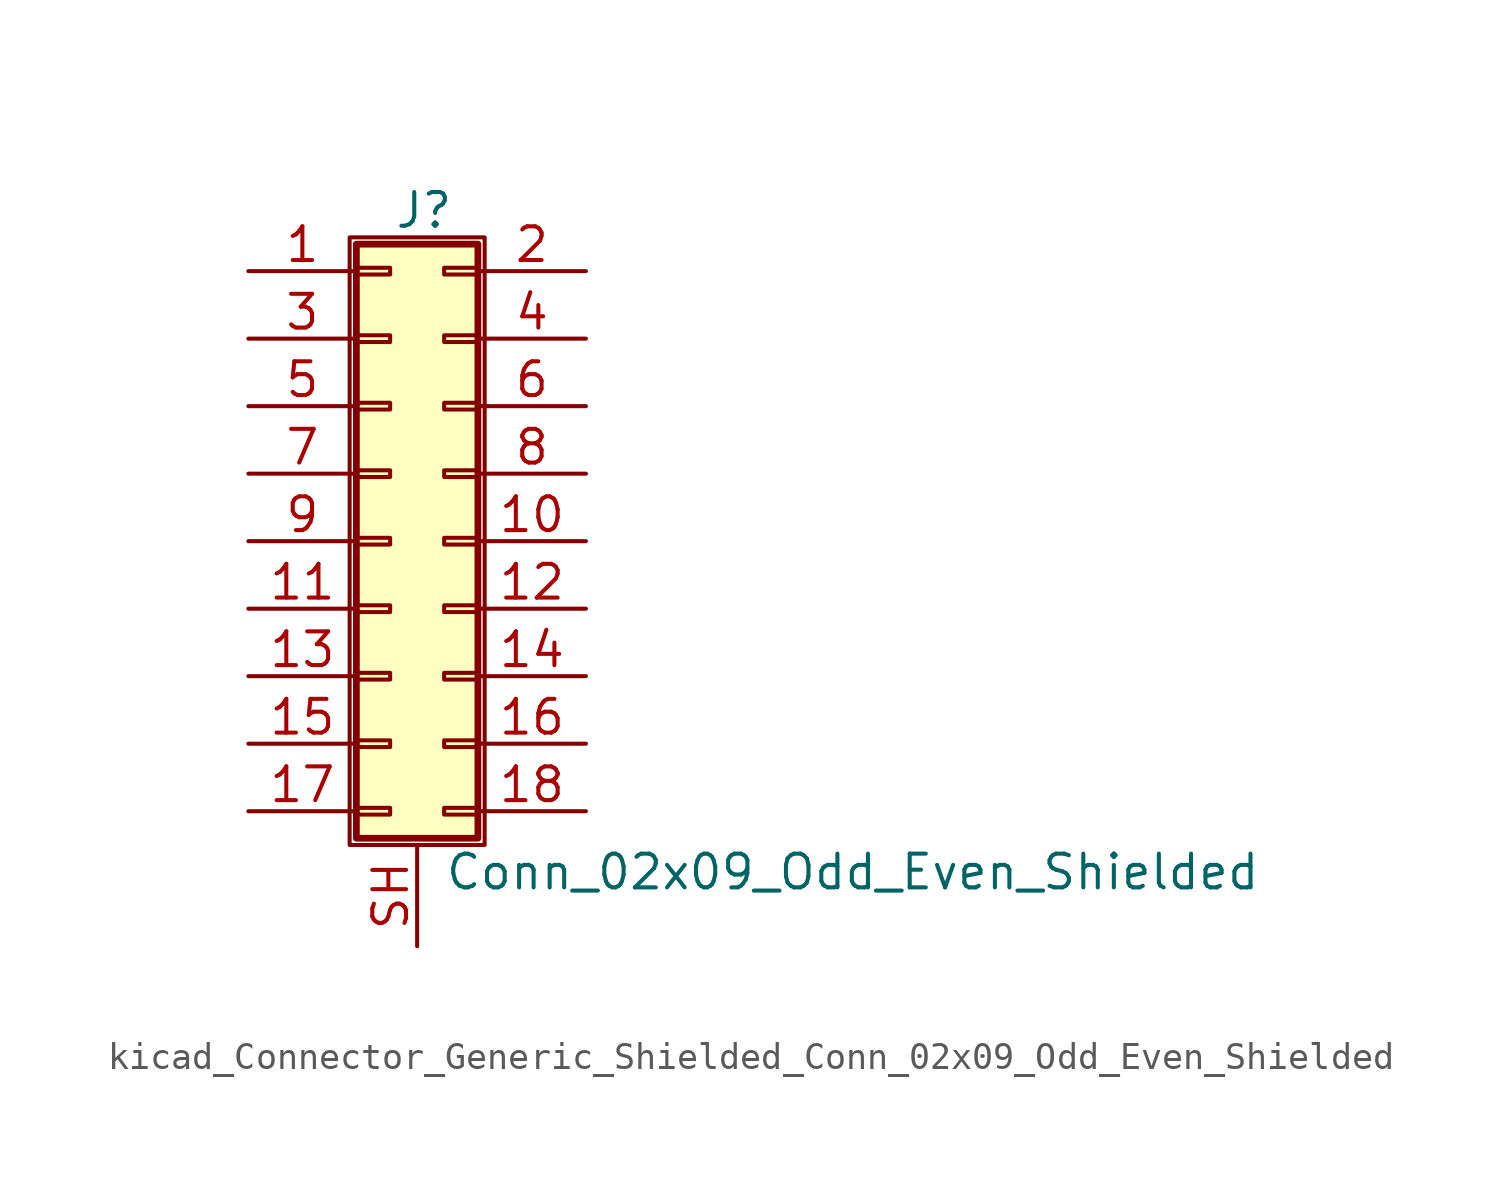
<source format=kicad_sym>
(kicad_symbol_lib
  (version 20220914)
  (generator kicad_symbol_editor)
  (symbol "kicad_Connector_Generic_Shielded_Conn_02x09_Odd_Even_Shielded"
    (pin_names
      (offset 1.016) hide)
    (property "Reference" "J"
      (at 1.524 12.446 0)
      (effects (font (size 1.27 1.27))))
    (property "Value" "Conn_02x09_Odd_Even_Shielded"
      (at 2.286 -12.446 0)
      (effects (font (size 1.27 1.27)) (justify left)))
    (symbol "kicad_Connector_Generic_Shielded_Conn_02x09_Odd_Even_Shielded_1_1"
      (rectangle (start -1.27 11.43) (end 3.81 -11.43) (stroke (width 0.152) (type default)) (fill (type none)))
      (rectangle (start -1.016 -10.033) (end 0.254 -10.287) (stroke (width 0.152) (type default)) (fill (type none)))
      (rectangle (start -1.016 -7.493) (end 0.254 -7.747) (stroke (width 0.152) (type default)) (fill (type none)))
      (rectangle (start -1.016 -4.953) (end 0.254 -5.207) (stroke (width 0.152) (type default)) (fill (type none)))
      (rectangle (start -1.016 -2.413) (end 0.254 -2.667) (stroke (width 0.152) (type default)) (fill (type none)))
      (rectangle (start -1.016 0.127) (end 0.254 -0.127) (stroke (width 0.152) (type default)) (fill (type none)))
      (rectangle (start -1.016 2.667) (end 0.254 2.413) (stroke (width 0.152) (type default)) (fill (type none)))
      (rectangle (start -1.016 5.207) (end 0.254 4.953) (stroke (width 0.152) (type default)) (fill (type none)))
      (rectangle (start -1.016 7.747) (end 0.254 7.493) (stroke (width 0.152) (type default)) (fill (type none)))
      (rectangle (start -1.016 10.287) (end 0.254 10.033) (stroke (width 0.152) (type default)) (fill (type none)))
      (rectangle (start -1.016 11.176) (end 3.556 -11.176) (stroke (width 0.254) (type default)) (fill (type background)))
      (rectangle (start 3.556 -10.033) (end 2.286 -10.287) (stroke (width 0.152) (type default)) (fill (type none)))
      (rectangle (start 3.556 -7.493) (end 2.286 -7.747) (stroke (width 0.152) (type default)) (fill (type none)))
      (rectangle (start 3.556 -4.953) (end 2.286 -5.207) (stroke (width 0.152) (type default)) (fill (type none)))
      (rectangle (start 3.556 -2.413) (end 2.286 -2.667) (stroke (width 0.152) (type default)) (fill (type none)))
      (rectangle (start 3.556 0.127) (end 2.286 -0.127) (stroke (width 0.152) (type default)) (fill (type none)))
      (rectangle (start 3.556 2.667) (end 2.286 2.413) (stroke (width 0.152) (type default)) (fill (type none)))
      (rectangle (start 3.556 5.207) (end 2.286 4.953) (stroke (width 0.152) (type default)) (fill (type none)))
      (rectangle (start 3.556 7.747) (end 2.286 7.493) (stroke (width 0.152) (type default)) (fill (type none)))
      (rectangle (start 3.556 10.287) (end 2.286 10.033) (stroke (width 0.152) (type default)) (fill (type none)))
      (pin passive line (at -5.08 10.16 0) (length 4.064) (name "Pin_1" (effects (font (size 1.27 1.27)))) (number "1" (effects (font (size 1.27 1.27)))))
      (pin passive line (at 7.62 0 180) (length 4.064) (name "Pin_10" (effects (font (size 1.27 1.27)))) (number "10" (effects (font (size 1.27 1.27)))))
      (pin passive line (at -5.08 -2.54 0) (length 4.064) (name "Pin_11" (effects (font (size 1.27 1.27)))) (number "11" (effects (font (size 1.27 1.27)))))
      (pin passive line (at 7.62 -2.54 180) (length 4.064) (name "Pin_12" (effects (font (size 1.27 1.27)))) (number "12" (effects (font (size 1.27 1.27)))))
      (pin passive line (at -5.08 -5.08 0) (length 4.064) (name "Pin_13" (effects (font (size 1.27 1.27)))) (number "13" (effects (font (size 1.27 1.27)))))
      (pin passive line (at 7.62 -5.08 180) (length 4.064) (name "Pin_14" (effects (font (size 1.27 1.27)))) (number "14" (effects (font (size 1.27 1.27)))))
      (pin passive line (at -5.08 -7.62 0) (length 4.064) (name "Pin_15" (effects (font (size 1.27 1.27)))) (number "15" (effects (font (size 1.27 1.27)))))
      (pin passive line (at 7.62 -7.62 180) (length 4.064) (name "Pin_16" (effects (font (size 1.27 1.27)))) (number "16" (effects (font (size 1.27 1.27)))))
      (pin passive line (at -5.08 -10.16 0) (length 4.064) (name "Pin_17" (effects (font (size 1.27 1.27)))) (number "17" (effects (font (size 1.27 1.27)))))
      (pin passive line (at 7.62 -10.16 180) (length 4.064) (name "Pin_18" (effects (font (size 1.27 1.27)))) (number "18" (effects (font (size 1.27 1.27)))))
      (pin passive line (at 7.62 10.16 180) (length 4.064) (name "Pin_2" (effects (font (size 1.27 1.27)))) (number "2" (effects (font (size 1.27 1.27)))))
      (pin passive line (at -5.08 7.62 0) (length 4.064) (name "Pin_3" (effects (font (size 1.27 1.27)))) (number "3" (effects (font (size 1.27 1.27)))))
      (pin passive line (at 7.62 7.62 180) (length 4.064) (name "Pin_4" (effects (font (size 1.27 1.27)))) (number "4" (effects (font (size 1.27 1.27)))))
      (pin passive line (at -5.08 5.08 0) (length 4.064) (name "Pin_5" (effects (font (size 1.27 1.27)))) (number "5" (effects (font (size 1.27 1.27)))))
      (pin passive line (at 7.62 5.08 180) (length 4.064) (name "Pin_6" (effects (font (size 1.27 1.27)))) (number "6" (effects (font (size 1.27 1.27)))))
      (pin passive line (at -5.08 2.54 0) (length 4.064) (name "Pin_7" (effects (font (size 1.27 1.27)))) (number "7" (effects (font (size 1.27 1.27)))))
      (pin passive line (at 7.62 2.54 180) (length 4.064) (name "Pin_8" (effects (font (size 1.27 1.27)))) (number "8" (effects (font (size 1.27 1.27)))))
      (pin passive line (at -5.08 0 0) (length 4.064) (name "Pin_9" (effects (font (size 1.27 1.27)))) (number "9" (effects (font (size 1.27 1.27)))))
      (pin passive line (at 1.27 -15.24 90) (length 3.81) (name "Shield" (effects (font (size 1.27 1.27)))) (number "SH" (effects (font (size 1.27 1.27))))))))
</source>
